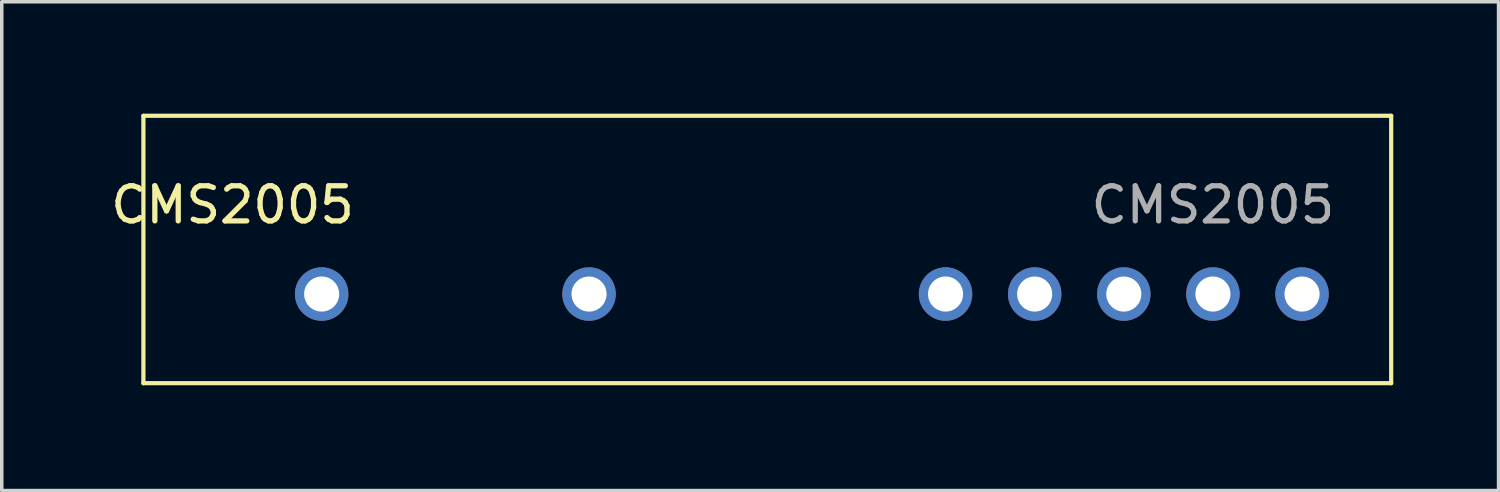
<source format=kicad_pcb>
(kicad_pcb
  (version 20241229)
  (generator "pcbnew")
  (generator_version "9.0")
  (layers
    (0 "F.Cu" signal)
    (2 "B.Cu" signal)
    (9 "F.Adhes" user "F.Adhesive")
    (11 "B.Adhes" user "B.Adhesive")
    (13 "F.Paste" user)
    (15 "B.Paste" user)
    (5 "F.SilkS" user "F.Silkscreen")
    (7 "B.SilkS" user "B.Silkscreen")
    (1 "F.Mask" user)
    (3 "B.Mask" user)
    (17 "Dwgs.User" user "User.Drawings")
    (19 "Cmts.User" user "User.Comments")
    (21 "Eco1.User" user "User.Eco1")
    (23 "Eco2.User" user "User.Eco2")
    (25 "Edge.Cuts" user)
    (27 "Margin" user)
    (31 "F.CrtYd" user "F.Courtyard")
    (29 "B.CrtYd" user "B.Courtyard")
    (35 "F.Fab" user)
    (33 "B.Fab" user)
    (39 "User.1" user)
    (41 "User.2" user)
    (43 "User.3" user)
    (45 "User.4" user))
  (footprint "CMS2005"
    (layer "F.Cu")
    (at 1.037 0.25)
    (property "Reference" "CMS2005" (at 2.54 2.54 0) (unlocked yes) (layer "F.SilkS") (effects (font (size 1 1) (thickness 0.15))))
    (attr through_hole)
    (fp_line (start 0 0) (end 0 7.62) (stroke (width 0.12) (type solid)) (layer "F.SilkS"))
    (fp_line (start 0 7.62) (end 35.56 7.62) (stroke (width 0.12) (type solid)) (layer "F.SilkS"))
    (fp_line (start 35.56 0) (end 0 0) (stroke (width 0.12) (type solid)) (layer "F.SilkS"))
    (fp_line (start 35.56 7.62) (end 35.56 0) (stroke (width 0.12) (type solid)) (layer "F.SilkS"))
    (fp_text user "${REFERENCE}" (at 30.48 2.54 0) (unlocked yes) (layer "F.Fab") (effects (font (size 1 1) (thickness 0.15))))
    (pad "1" thru_hole circle (at 33.02 5.08) (size 1.524 1.524) (drill 1) (layers "*.Cu" "*.Mask"))
    (pad "2" thru_hole circle (at 30.48 5.08) (size 1.524 1.524) (drill 1) (layers "*.Cu" "*.Mask"))
    (pad "3" thru_hole circle (at 27.94 5.08) (size 1.524 1.524) (drill 1) (layers "*.Cu" "*.Mask"))
    (pad "4" thru_hole circle (at 25.4 5.08) (size 1.524 1.524) (drill 1) (layers "*.Cu" "*.Mask"))
    (pad "5" thru_hole circle (at 22.86 5.08) (size 1.524 1.524) (drill 1) (layers "*.Cu" "*.Mask"))
    (pad "6" thru_hole circle (at 12.7 5.08) (size 1.524 1.524) (drill 1) (layers "*.Cu" "*.Mask"))
    (pad "7" thru_hole circle (at 5.08 5.08) (size 1.524 1.524) (drill 1) (layers "*.Cu" "*.Mask")))
  (gr_rect
    (start -3 -3)
    (end 39.657 10.93)
    (stroke (width 0.1) (type default))
    (fill no)
    (layer "Edge.Cuts")))
</source>
